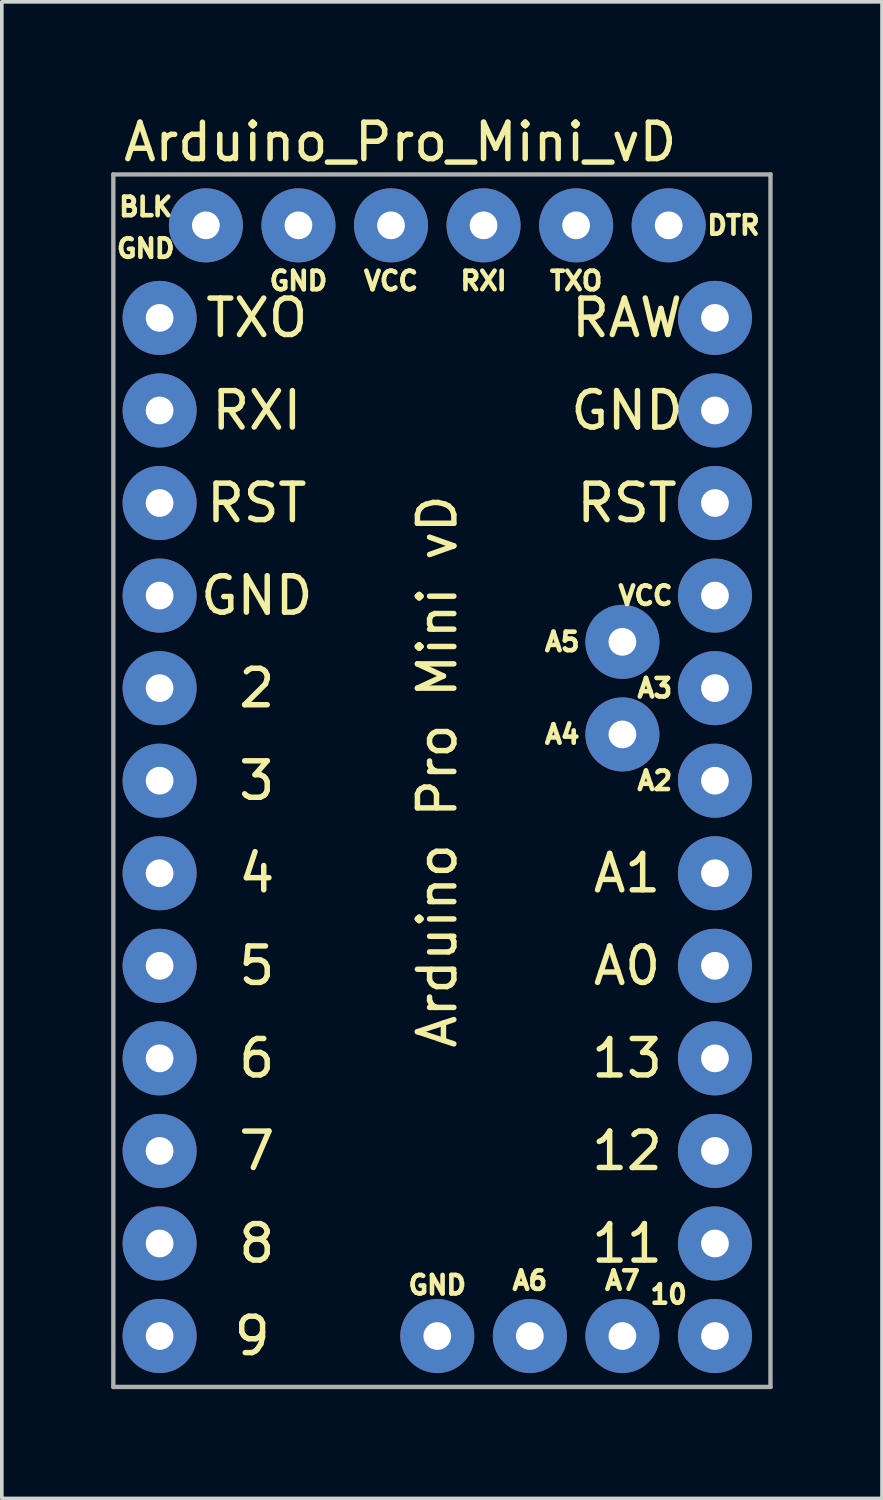
<source format=kicad_pcb>
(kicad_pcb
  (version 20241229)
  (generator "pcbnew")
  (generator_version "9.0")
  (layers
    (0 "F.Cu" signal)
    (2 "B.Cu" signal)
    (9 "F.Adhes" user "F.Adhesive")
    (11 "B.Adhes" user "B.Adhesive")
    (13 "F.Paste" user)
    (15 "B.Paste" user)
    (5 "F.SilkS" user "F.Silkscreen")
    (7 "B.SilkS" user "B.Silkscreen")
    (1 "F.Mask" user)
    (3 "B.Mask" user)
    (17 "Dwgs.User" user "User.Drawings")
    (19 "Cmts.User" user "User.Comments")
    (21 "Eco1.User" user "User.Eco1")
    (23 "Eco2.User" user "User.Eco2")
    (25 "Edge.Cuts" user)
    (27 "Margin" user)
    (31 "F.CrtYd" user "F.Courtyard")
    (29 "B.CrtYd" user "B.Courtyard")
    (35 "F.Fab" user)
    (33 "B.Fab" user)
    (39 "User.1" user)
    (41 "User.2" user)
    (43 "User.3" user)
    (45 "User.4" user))
  (footprint "Arduino_Pro_Mini_vD"
    (layer "F.Cu")
    (at 1.33 5.674)
    (property "Reference" "Arduino_Pro_Mini_vD" (at 6.604 -4.826 0) (layer "F.SilkS") (effects (font (size 1 1) (thickness 0.15))))
    (attr through_hole)
    (fp_line (start -1.27 -3.937) (end 16.764 -3.937) (stroke (width 0.12) (type solid)) (layer "F.Fab"))
    (fp_line (start -1.27 29.337) (end -1.27 -3.937) (stroke (width 0.12) (type solid)) (layer "F.Fab"))
    (fp_line (start 16.764 -3.937) (end 16.764 29.337) (stroke (width 0.12) (type solid)) (layer "F.Fab"))
    (fp_line (start 16.764 29.337) (end -1.27 29.337) (stroke (width 0.12) (type solid)) (layer "F.Fab"))
    (fp_text user "8" (at 2.667 25.4 0) (layer "F.SilkS") (effects (font (size 1 1) (thickness 0.15))))
    (fp_text user "7" (at 2.667 22.86 0) (layer "F.SilkS") (effects (font (size 1 1) (thickness 0.15))))
    (fp_text user "9" (at 2.54 27.94 0) (layer "F.SilkS") (effects (font (size 1 1) (thickness 0.15))))
    (fp_text user "GND" (at 7.62 26.543 0) (layer "F.SilkS") (effects (font (size 0.508 0.508) (thickness 0.127))))
    (fp_text user "VCC" (at 13.335 7.62 0) (layer "F.SilkS") (effects (font (size 0.508 0.508) (thickness 0.127))))
    (fp_text user "A5" (at 11.049 8.89 0) (layer "F.SilkS") (effects (font (size 0.508 0.508) (thickness 0.127))))
    (fp_text user "DTR" (at 15.748 -2.54 0) (layer "F.SilkS") (effects (font (size 0.508 0.508) (thickness 0.127))))
    (fp_text user "GND" (at 2.667 7.62 0) (layer "F.SilkS") (effects (font (size 1 1) (thickness 0.15))))
    (fp_text user "GND" (at -0.381 -1.905 0) (layer "F.SilkS") (effects (font (size 0.508 0.508) (thickness 0.127))))
    (fp_text user "10" (at 13.97 26.797 0) (layer "F.SilkS") (effects (font (size 0.508 0.508) (thickness 0.127))))
    (fp_text user "A1" (at 12.827 15.24 0) (layer "F.SilkS") (effects (font (size 1 1) (thickness 0.15))))
    (fp_text user "A4" (at 11.049 11.43 0) (layer "F.SilkS") (effects (font (size 0.508 0.508) (thickness 0.127))))
    (fp_text user "RST" (at 12.827 5.08 0) (layer "F.SilkS") (effects (font (size 1 1) (thickness 0.15))))
    (fp_text user "A3" (at 13.589 10.16 0) (layer "F.SilkS") (effects (font (size 0.508 0.508) (thickness 0.127))))
    (fp_text user "RAW" (at 12.827 0 0) (layer "F.SilkS") (effects (font (size 1 1) (thickness 0.15))))
    (fp_text user "3" (at 2.667 12.7 0) (layer "F.SilkS") (effects (font (size 1 1) (thickness 0.15))))
    (fp_text user "TXO" (at 11.43 -1.016 0) (layer "F.SilkS") (effects (font (size 0.508 0.508) (thickness 0.127))))
    (fp_text user "VCC" (at 6.35 -1.016 0) (layer "F.SilkS") (effects (font (size 0.508 0.508) (thickness 0.127))))
    (fp_text user "RXI" (at 8.89 -1.016 0) (layer "F.SilkS") (effects (font (size 0.508 0.508) (thickness 0.127))))
    (fp_text user "2" (at 2.667 10.16 0) (layer "F.SilkS") (effects (font (size 1 1) (thickness 0.15))))
    (fp_text user "11" (at 12.827 25.4 0) (layer "F.SilkS") (effects (font (size 1 1) (thickness 0.15))))
    (fp_text user "GND" (at 3.81 -1.016 0) (layer "F.SilkS") (effects (font (size 0.508 0.508) (thickness 0.127))))
    (fp_text user "RXI" (at 2.667 2.54 0) (layer "F.SilkS") (effects (font (size 1 1) (thickness 0.15))))
    (fp_text user "A2" (at 13.589 12.7 0) (layer "F.SilkS") (effects (font (size 0.508 0.508) (thickness 0.127))))
    (fp_text user "A6" (at 10.16 26.416 0) (layer "F.SilkS") (effects (font (size 0.508 0.508) (thickness 0.127))))
    (fp_text user "6" (at 2.667 20.32 0) (layer "F.SilkS") (effects (font (size 1 1) (thickness 0.15))))
    (fp_text user "RST" (at 2.667 5.08 0) (layer "F.SilkS") (effects (font (size 1 1) (thickness 0.15))))
    (fp_text user "A0" (at 12.827 17.78 0) (layer "F.SilkS") (effects (font (size 1 1) (thickness 0.15))))
    (fp_text user "Arduino Pro Mini vD" (at 7.62 12.446 270) (layer "F.SilkS") (effects (font (size 1 1) (thickness 0.15))))
    (fp_text user "A7" (at 12.7 26.416 0) (layer "F.SilkS") (effects (font (size 0.508 0.508) (thickness 0.127))))
    (fp_text user "12" (at 12.827 22.86 0) (layer "F.SilkS") (effects (font (size 1 1) (thickness 0.15))))
    (fp_text user "13" (at 12.827 20.32 0) (layer "F.SilkS") (effects (font (size 1 1) (thickness 0.15))))
    (fp_text user "BLK" (at -0.381 -3.048 0) (layer "F.SilkS") (effects (font (size 0.508 0.508) (thickness 0.127))))
    (fp_text user "5" (at 2.667 17.78 0) (layer "F.SilkS") (effects (font (size 1 1) (thickness 0.15))))
    (fp_text user "GND" (at 12.827 2.54 0) (layer "F.SilkS") (effects (font (size 1 1) (thickness 0.15))))
    (fp_text user "4" (at 2.667 15.24 0) (layer "F.SilkS") (effects (font (size 1 1) (thickness 0.15))))
    (fp_text user "TXO" (at 2.667 0 0) (layer "F.SilkS") (effects (font (size 1 1) (thickness 0.15))))
    (pad "1" thru_hole oval (at 0 0) (size 2.032 2.032) (drill 0.762) (layers "*.Cu" "*.Mask"))
    (pad "2" thru_hole oval (at 0 2.54) (size 2.032 2.032) (drill 0.762) (layers "*.Cu" "*.Mask"))
    (pad "3" thru_hole oval (at 0 5.08) (size 2.032 2.032) (drill 0.762) (layers "*.Cu" "*.Mask"))
    (pad "4" thru_hole oval (at 0 7.62) (size 2.032 2.032) (drill 0.762) (layers "*.Cu" "*.Mask"))
    (pad "5" thru_hole oval (at 0 10.16) (size 2.032 2.032) (drill 0.762) (layers "*.Cu" "*.Mask"))
    (pad "6" thru_hole oval (at 0 12.7) (size 2.032 2.032) (drill 0.762) (layers "*.Cu" "*.Mask"))
    (pad "7" thru_hole oval (at 0 15.24) (size 2.032 2.032) (drill 0.762) (layers "*.Cu" "*.Mask"))
    (pad "8" thru_hole oval (at 0 17.78) (size 2.032 2.032) (drill 0.762) (layers "*.Cu" "*.Mask"))
    (pad "9" thru_hole oval (at 0 20.32) (size 2.032 2.032) (drill 0.762) (layers "*.Cu" "*.Mask"))
    (pad "10" thru_hole oval (at 0 22.86) (size 2.032 2.032) (drill 0.762) (layers "*.Cu" "*.Mask"))
    (pad "11" thru_hole oval (at 0 25.4) (size 2.032 2.032) (drill 0.762) (layers "*.Cu" "*.Mask"))
    (pad "12" thru_hole oval (at 0 27.94) (size 2.032 2.032) (drill 0.762) (layers "*.Cu" "*.Mask"))
    (pad "13" thru_hole oval (at 15.24 0) (size 2.032 2.032) (drill 0.762) (layers "*.Cu" "*.Mask"))
    (pad "14" thru_hole oval (at 15.24 2.54) (size 2.032 2.032) (drill 0.762) (layers "*.Cu" "*.Mask"))
    (pad "15" thru_hole oval (at 15.24 5.08) (size 2.032 2.032) (drill 0.762) (layers "*.Cu" "*.Mask"))
    (pad "16" thru_hole oval (at 15.24 7.62) (size 2.032 2.032) (drill 0.762) (layers "*.Cu" "*.Mask"))
    (pad "17" thru_hole oval (at 15.24 10.16) (size 2.032 2.032) (drill 0.762) (layers "*.Cu" "*.Mask"))
    (pad "18" thru_hole oval (at 15.24 12.7) (size 2.032 2.032) (drill 0.762) (layers "*.Cu" "*.Mask"))
    (pad "19" thru_hole oval (at 15.24 15.24) (size 2.032 2.032) (drill 0.762) (layers "*.Cu" "*.Mask"))
    (pad "20" thru_hole oval (at 15.24 17.78) (size 2.032 2.032) (drill 0.762) (layers "*.Cu" "*.Mask"))
    (pad "21" thru_hole oval (at 15.24 20.32) (size 2.032 2.032) (drill 0.762) (layers "*.Cu" "*.Mask"))
    (pad "22" thru_hole oval (at 15.24 22.86) (size 2.032 2.032) (drill 0.762) (layers "*.Cu" "*.Mask"))
    (pad "23" thru_hole oval (at 15.24 25.4) (size 2.032 2.032) (drill 0.762) (layers "*.Cu" "*.Mask"))
    (pad "24" thru_hole oval (at 15.24 27.94) (size 2.032 2.032) (drill 0.762) (layers "*.Cu" "*.Mask"))
    (pad "25" thru_hole oval (at 12.7 11.43) (size 2.032 2.032) (drill 0.762) (layers "*.Cu" "*.Mask"))
    (pad "26" thru_hole oval (at 12.7 8.89) (size 2.032 2.032) (drill 0.762) (layers "*.Cu" "*.Mask"))
    (pad "27" thru_hole oval (at 10.16 27.94) (size 2.032 2.032) (drill 0.762) (layers "*.Cu" "*.Mask"))
    (pad "28" thru_hole oval (at 12.7 27.94) (size 2.032 2.032) (drill 0.762) (layers "*.Cu" "*.Mask"))
    (pad "29" thru_hole oval (at 1.27 -2.54) (size 2.032 2.032) (drill 0.762) (layers "*.Cu" "*.Mask"))
    (pad "30" thru_hole oval (at 3.81 -2.54) (size 2.032 2.032) (drill 0.762) (layers "*.Cu" "*.Mask"))
    (pad "31" thru_hole oval (at 6.35 -2.54) (size 2.032 2.032) (drill 0.762) (layers "*.Cu" "*.Mask"))
    (pad "32" thru_hole oval (at 8.89 -2.54) (size 2.032 2.032) (drill 0.762) (layers "*.Cu" "*.Mask"))
    (pad "33" thru_hole oval (at 11.43 -2.54) (size 2.032 2.032) (drill 0.762) (layers "*.Cu" "*.Mask"))
    (pad "34" thru_hole oval (at 13.97 -2.54) (size 2.032 2.032) (drill 0.762) (layers "*.Cu" "*.Mask"))
    (pad "35" thru_hole oval (at 7.62 27.94) (size 2.032 2.032) (drill 0.762) (layers "*.Cu" "*.Mask")))
  (gr_rect
    (start -3 -3)
    (end 21.154 38.071)
    (stroke (width 0.1) (type default))
    (fill no)
    (layer "Edge.Cuts")))
</source>
